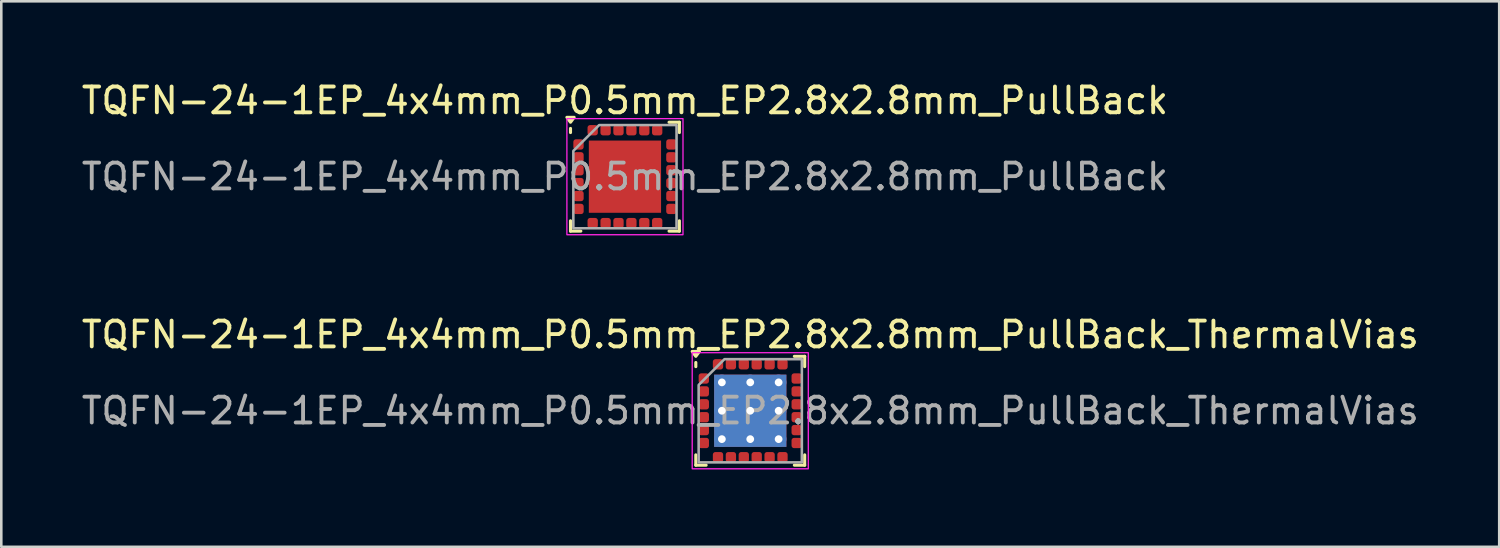
<source format=kicad_pcb>
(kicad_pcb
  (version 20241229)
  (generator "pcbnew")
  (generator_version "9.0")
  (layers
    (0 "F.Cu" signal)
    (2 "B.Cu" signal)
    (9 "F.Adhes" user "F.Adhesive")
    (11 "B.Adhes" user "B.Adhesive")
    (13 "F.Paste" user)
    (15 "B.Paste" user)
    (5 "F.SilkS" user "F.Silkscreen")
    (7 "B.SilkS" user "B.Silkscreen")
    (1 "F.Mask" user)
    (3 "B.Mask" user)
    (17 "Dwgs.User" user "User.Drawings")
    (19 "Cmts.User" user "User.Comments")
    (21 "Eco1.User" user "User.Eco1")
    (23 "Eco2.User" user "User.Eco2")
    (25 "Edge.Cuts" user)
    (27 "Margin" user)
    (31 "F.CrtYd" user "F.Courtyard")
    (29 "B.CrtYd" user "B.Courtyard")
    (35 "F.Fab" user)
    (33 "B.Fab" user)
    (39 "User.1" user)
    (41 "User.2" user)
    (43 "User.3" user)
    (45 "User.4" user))
  (footprint "TQFN-24-1EP_4x4mm_P0.5mm_EP2.8x2.8mm_PullBack"
    (layer "F.Cu")
    (at 21.173 3.798)
    (property "Reference" "TQFN-24-1EP_4x4mm_P0.5mm_EP2.8x2.8mm_PullBack" (at 0 -2.95 0) (layer "F.SilkS") (effects (font (size 1 1) (thickness 0.15))))
    (attr smd)
    (fp_line (start -2.11 -1.71) (end -2.11 -1.87) (stroke (width 0.12) (type solid)) (layer "F.SilkS"))
    (fp_line (start -2.11 2.11) (end -2.11 1.71) (stroke (width 0.12) (type solid)) (layer "F.SilkS"))
    (fp_line (start -1.71 2.11) (end -2.11 2.11) (stroke (width 0.12) (type solid)) (layer "F.SilkS"))
    (fp_line (start 1.71 -2.11) (end 2.11 -2.11) (stroke (width 0.12) (type solid)) (layer "F.SilkS"))
    (fp_line (start 1.71 2.11) (end 2.11 2.11) (stroke (width 0.12) (type solid)) (layer "F.SilkS"))
    (fp_line (start 2.11 -2.11) (end 2.11 -1.71) (stroke (width 0.12) (type solid)) (layer "F.SilkS"))
    (fp_line (start 2.11 2.11) (end 2.11 1.71) (stroke (width 0.12) (type solid)) (layer "F.SilkS"))
    (fp_poly (pts (xy -2.11 -2.11) (xy -2.25 -2.3) (xy -1.97 -2.3)) (stroke (width 0.12) (type solid)) (fill yes) (layer "F.SilkS"))
    (fp_rect (start -2.25 2.25) (end 2.25 -2.25) (stroke (width 0.05) (type solid)) (fill no) (layer "F.CrtYd"))
    (fp_poly (pts (xy -2 -1) (xy -2 2) (xy 2 2) (xy 2 -2) (xy -1 -2)) (stroke (width 0.1) (type solid)) (fill no) (layer "F.Fab"))
    (fp_text user "${REFERENCE}" (at 0 0 0) (layer "F.Fab") (effects (font (size 1 1) (thickness 0.15))))
    (pad "" smd roundrect (at -0.7 -0.7) (size 1.13 1.13) (layers "F.Paste") (roundrect_rratio 0.221))
    (pad "" smd roundrect (at -0.7 0.7) (size 1.13 1.13) (layers "F.Paste") (roundrect_rratio 0.221))
    (pad "" smd roundrect (at 0.7 -0.7) (size 1.13 1.13) (layers "F.Paste") (roundrect_rratio 0.221))
    (pad "" smd roundrect (at 0.7 0.7) (size 1.13 1.13) (layers "F.Paste") (roundrect_rratio 0.221))
    (pad "1" smd roundrect (at -1.8 -1.25) (size 0.4 0.4) (layers "F.Cu" "F.Mask" "F.Paste") (roundrect_rratio 0.25))
    (pad "2" smd roundrect (at -1.8 -0.75) (size 0.4 0.4) (layers "F.Cu" "F.Mask" "F.Paste") (roundrect_rratio 0.25))
    (pad "3" smd roundrect (at -1.8 -0.25) (size 0.4 0.4) (layers "F.Cu" "F.Mask" "F.Paste") (roundrect_rratio 0.25))
    (pad "4" smd roundrect (at -1.8 0.25) (size 0.4 0.4) (layers "F.Cu" "F.Mask" "F.Paste") (roundrect_rratio 0.25))
    (pad "5" smd roundrect (at -1.8 0.75) (size 0.4 0.4) (layers "F.Cu" "F.Mask" "F.Paste") (roundrect_rratio 0.25))
    (pad "6" smd roundrect (at -1.8 1.25) (size 0.4 0.4) (layers "F.Cu" "F.Mask" "F.Paste") (roundrect_rratio 0.25))
    (pad "7" smd roundrect (at -1.25 1.8) (size 0.4 0.4) (layers "F.Cu" "F.Mask" "F.Paste") (roundrect_rratio 0.25))
    (pad "8" smd roundrect (at -0.75 1.8) (size 0.4 0.4) (layers "F.Cu" "F.Mask" "F.Paste") (roundrect_rratio 0.25))
    (pad "9" smd roundrect (at -0.25 1.8) (size 0.4 0.4) (layers "F.Cu" "F.Mask" "F.Paste") (roundrect_rratio 0.25))
    (pad "10" smd roundrect (at 0.25 1.8) (size 0.4 0.4) (layers "F.Cu" "F.Mask" "F.Paste") (roundrect_rratio 0.25))
    (pad "11" smd roundrect (at 0.75 1.8) (size 0.4 0.4) (layers "F.Cu" "F.Mask" "F.Paste") (roundrect_rratio 0.25))
    (pad "12" smd roundrect (at 1.25 1.8) (size 0.4 0.4) (layers "F.Cu" "F.Mask" "F.Paste") (roundrect_rratio 0.25))
    (pad "13" smd roundrect (at 1.8 1.25) (size 0.4 0.4) (layers "F.Cu" "F.Mask" "F.Paste") (roundrect_rratio 0.25))
    (pad "14" smd roundrect (at 1.8 0.75) (size 0.4 0.4) (layers "F.Cu" "F.Mask" "F.Paste") (roundrect_rratio 0.25))
    (pad "15" smd roundrect (at 1.8 0.25) (size 0.4 0.4) (layers "F.Cu" "F.Mask" "F.Paste") (roundrect_rratio 0.25))
    (pad "16" smd roundrect (at 1.8 -0.25) (size 0.4 0.4) (layers "F.Cu" "F.Mask" "F.Paste") (roundrect_rratio 0.25))
    (pad "17" smd roundrect (at 1.8 -0.75) (size 0.4 0.4) (layers "F.Cu" "F.Mask" "F.Paste") (roundrect_rratio 0.25))
    (pad "18" smd roundrect (at 1.8 -1.25) (size 0.4 0.4) (layers "F.Cu" "F.Mask" "F.Paste") (roundrect_rratio 0.25))
    (pad "19" smd roundrect (at 1.25 -1.8) (size 0.4 0.4) (layers "F.Cu" "F.Mask" "F.Paste") (roundrect_rratio 0.25))
    (pad "20" smd roundrect (at 0.75 -1.8) (size 0.4 0.4) (layers "F.Cu" "F.Mask" "F.Paste") (roundrect_rratio 0.25))
    (pad "21" smd roundrect (at 0.25 -1.8) (size 0.4 0.4) (layers "F.Cu" "F.Mask" "F.Paste") (roundrect_rratio 0.25))
    (pad "22" smd roundrect (at -0.25 -1.8) (size 0.4 0.4) (layers "F.Cu" "F.Mask" "F.Paste") (roundrect_rratio 0.25))
    (pad "23" smd roundrect (at -0.75 -1.8) (size 0.4 0.4) (layers "F.Cu" "F.Mask" "F.Paste") (roundrect_rratio 0.25))
    (pad "24" smd roundrect (at -1.25 -1.8) (size 0.4 0.4) (layers "F.Cu" "F.Mask" "F.Paste") (roundrect_rratio 0.25))
    (pad "25" smd rect (at 0 0) (size 2.8 2.8) (property pad_prop_heatsink) (layers "F.Cu" "F.Mask")))
  (footprint "TQFN-24-1EP_4x4mm_P0.5mm_EP2.8x2.8mm_PullBack_ThermalVias"
    (layer "F.Cu")
    (at 26.03 12.871)
    (property "Reference" "TQFN-24-1EP_4x4mm_P0.5mm_EP2.8x2.8mm_PullBack_ThermalVias" (at 0 -2.95 0) (layer "F.SilkS") (effects (font (size 1 1) (thickness 0.15))))
    (attr smd)
    (fp_line (start -2.11 -1.71) (end -2.11 -1.87) (stroke (width 0.12) (type solid)) (layer "F.SilkS"))
    (fp_line (start -2.11 2.11) (end -2.11 1.71) (stroke (width 0.12) (type solid)) (layer "F.SilkS"))
    (fp_line (start -1.71 2.11) (end -2.11 2.11) (stroke (width 0.12) (type solid)) (layer "F.SilkS"))
    (fp_line (start 1.71 -2.11) (end 2.11 -2.11) (stroke (width 0.12) (type solid)) (layer "F.SilkS"))
    (fp_line (start 1.71 2.11) (end 2.11 2.11) (stroke (width 0.12) (type solid)) (layer "F.SilkS"))
    (fp_line (start 2.11 -2.11) (end 2.11 -1.71) (stroke (width 0.12) (type solid)) (layer "F.SilkS"))
    (fp_line (start 2.11 2.11) (end 2.11 1.71) (stroke (width 0.12) (type solid)) (layer "F.SilkS"))
    (fp_poly (pts (xy -2.11 -2.11) (xy -2.25 -2.3) (xy -1.97 -2.3)) (stroke (width 0.12) (type solid)) (fill yes) (layer "F.SilkS"))
    (fp_rect (start -2.25 2.25) (end 2.25 -2.25) (stroke (width 0.05) (type solid)) (fill no) (layer "F.CrtYd"))
    (fp_poly (pts (xy -2 -1) (xy -2 2) (xy 2 2) (xy 2 -2) (xy -1 -2)) (stroke (width 0.1) (type solid)) (fill no) (layer "F.Fab"))
    (fp_text user "${REFERENCE}" (at 0 0 0) (layer "F.Fab") (effects (font (size 1 1) (thickness 0.15))))
    (pad "" smd roundrect (at -0.7 -0.7) (size 1.13 1.13) (layers "F.Paste") (roundrect_rratio 0.221))
    (pad "" smd roundrect (at -0.7 0.7) (size 1.13 1.13) (layers "F.Paste") (roundrect_rratio 0.221))
    (pad "" smd roundrect (at 0.7 -0.7) (size 1.13 1.13) (layers "F.Paste") (roundrect_rratio 0.221))
    (pad "" smd roundrect (at 0.7 0.7) (size 1.13 1.13) (layers "F.Paste") (roundrect_rratio 0.221))
    (pad "1" smd roundrect (at -1.8 -1.25) (size 0.4 0.4) (layers "F.Cu" "F.Mask" "F.Paste") (roundrect_rratio 0.25))
    (pad "2" smd roundrect (at -1.8 -0.75) (size 0.4 0.4) (layers "F.Cu" "F.Mask" "F.Paste") (roundrect_rratio 0.25))
    (pad "3" smd roundrect (at -1.8 -0.25) (size 0.4 0.4) (layers "F.Cu" "F.Mask" "F.Paste") (roundrect_rratio 0.25))
    (pad "4" smd roundrect (at -1.8 0.25) (size 0.4 0.4) (layers "F.Cu" "F.Mask" "F.Paste") (roundrect_rratio 0.25))
    (pad "5" smd roundrect (at -1.8 0.75) (size 0.4 0.4) (layers "F.Cu" "F.Mask" "F.Paste") (roundrect_rratio 0.25))
    (pad "6" smd roundrect (at -1.8 1.25) (size 0.4 0.4) (layers "F.Cu" "F.Mask" "F.Paste") (roundrect_rratio 0.25))
    (pad "7" smd roundrect (at -1.25 1.8) (size 0.4 0.4) (layers "F.Cu" "F.Mask" "F.Paste") (roundrect_rratio 0.25))
    (pad "8" smd roundrect (at -0.75 1.8) (size 0.4 0.4) (layers "F.Cu" "F.Mask" "F.Paste") (roundrect_rratio 0.25))
    (pad "9" smd roundrect (at -0.25 1.8) (size 0.4 0.4) (layers "F.Cu" "F.Mask" "F.Paste") (roundrect_rratio 0.25))
    (pad "10" smd roundrect (at 0.25 1.8) (size 0.4 0.4) (layers "F.Cu" "F.Mask" "F.Paste") (roundrect_rratio 0.25))
    (pad "11" smd roundrect (at 0.75 1.8) (size 0.4 0.4) (layers "F.Cu" "F.Mask" "F.Paste") (roundrect_rratio 0.25))
    (pad "12" smd roundrect (at 1.25 1.8) (size 0.4 0.4) (layers "F.Cu" "F.Mask" "F.Paste") (roundrect_rratio 0.25))
    (pad "13" smd roundrect (at 1.8 1.25) (size 0.4 0.4) (layers "F.Cu" "F.Mask" "F.Paste") (roundrect_rratio 0.25))
    (pad "14" smd roundrect (at 1.8 0.75) (size 0.4 0.4) (layers "F.Cu" "F.Mask" "F.Paste") (roundrect_rratio 0.25))
    (pad "15" smd roundrect (at 1.8 0.25) (size 0.4 0.4) (layers "F.Cu" "F.Mask" "F.Paste") (roundrect_rratio 0.25))
    (pad "16" smd roundrect (at 1.8 -0.25) (size 0.4 0.4) (layers "F.Cu" "F.Mask" "F.Paste") (roundrect_rratio 0.25))
    (pad "17" smd roundrect (at 1.8 -0.75) (size 0.4 0.4) (layers "F.Cu" "F.Mask" "F.Paste") (roundrect_rratio 0.25))
    (pad "18" smd roundrect (at 1.8 -1.25) (size 0.4 0.4) (layers "F.Cu" "F.Mask" "F.Paste") (roundrect_rratio 0.25))
    (pad "19" smd roundrect (at 1.25 -1.8) (size 0.4 0.4) (layers "F.Cu" "F.Mask" "F.Paste") (roundrect_rratio 0.25))
    (pad "20" smd roundrect (at 0.75 -1.8) (size 0.4 0.4) (layers "F.Cu" "F.Mask" "F.Paste") (roundrect_rratio 0.25))
    (pad "21" smd roundrect (at 0.25 -1.8) (size 0.4 0.4) (layers "F.Cu" "F.Mask" "F.Paste") (roundrect_rratio 0.25))
    (pad "22" smd roundrect (at -0.25 -1.8) (size 0.4 0.4) (layers "F.Cu" "F.Mask" "F.Paste") (roundrect_rratio 0.25))
    (pad "23" smd roundrect (at -0.75 -1.8) (size 0.4 0.4) (layers "F.Cu" "F.Mask" "F.Paste") (roundrect_rratio 0.25))
    (pad "24" smd roundrect (at -1.25 -1.8) (size 0.4 0.4) (layers "F.Cu" "F.Mask" "F.Paste") (roundrect_rratio 0.25))
    (pad "25" thru_hole circle (at -1.1 -1.1) (size 0.6 0.6) (drill 0.3) (property pad_prop_heatsink) (layers "*.Cu"))
    (pad "25" thru_hole circle (at -1.1 0) (size 0.6 0.6) (drill 0.3) (property pad_prop_heatsink) (layers "*.Cu"))
    (pad "25" thru_hole circle (at -1.1 1.1) (size 0.6 0.6) (drill 0.3) (property pad_prop_heatsink) (layers "*.Cu"))
    (pad "25" thru_hole circle (at 0 -1.1) (size 0.6 0.6) (drill 0.3) (property pad_prop_heatsink) (layers "*.Cu"))
    (pad "25" thru_hole circle (at 0 0) (size 0.6 0.6) (drill 0.3) (property pad_prop_heatsink) (layers "*.Cu"))
    (pad "25" smd rect (at 0 0) (size 2.8 2.8) (property pad_prop_heatsink) (layers "F.Cu" "F.Mask"))
    (pad "25" smd rect (at 0 0) (size 2.8 2.8) (property pad_prop_heatsink) (layers "B.Cu"))
    (pad "25" thru_hole circle (at 0 1.1) (size 0.6 0.6) (drill 0.3) (property pad_prop_heatsink) (layers "*.Cu"))
    (pad "25" thru_hole circle (at 1.1 -1.1) (size 0.6 0.6) (drill 0.3) (property pad_prop_heatsink) (layers "*.Cu"))
    (pad "25" thru_hole circle (at 1.1 0) (size 0.6 0.6) (drill 0.3) (property pad_prop_heatsink) (layers "*.Cu"))
    (pad "25" thru_hole circle (at 1.1 1.1) (size 0.6 0.6) (drill 0.3) (property pad_prop_heatsink) (layers "*.Cu")))
  (gr_rect
    (start -3 -3)
    (end 55.06 18.146)
    (stroke (width 0.1) (type default))
    (fill no)
    (layer "Edge.Cuts")))
</source>
